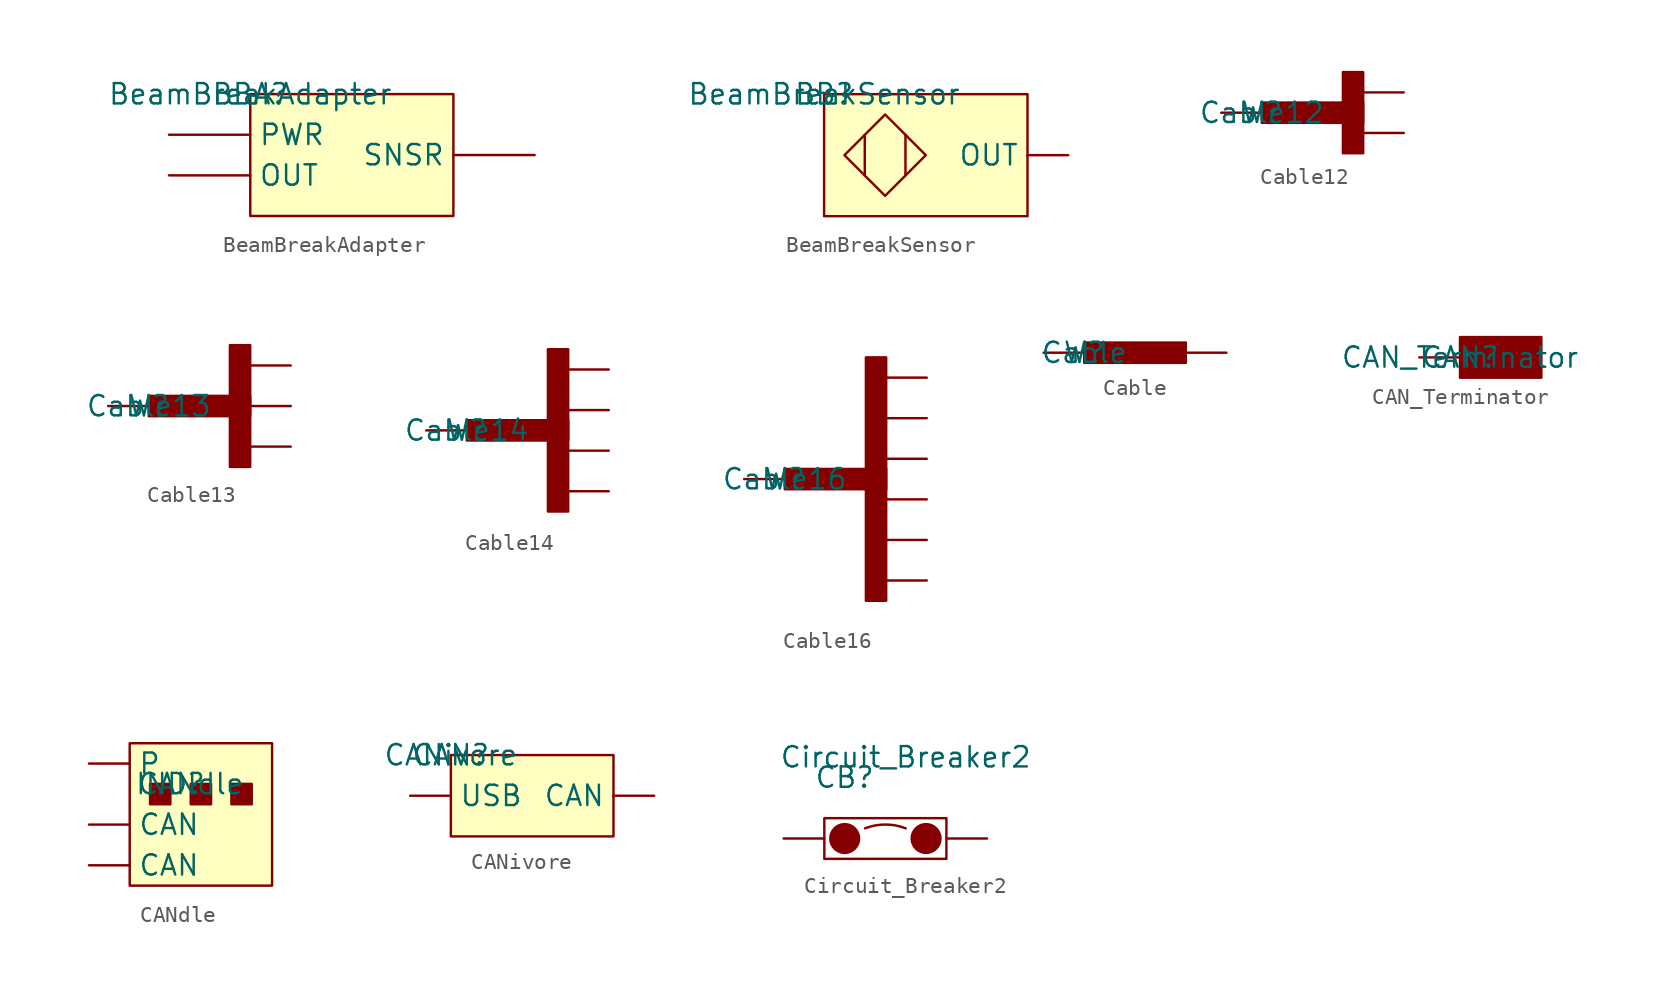
<source format=kicad_sym>
(kicad_symbol_lib
  (version 20220914)
  (generator kicad_symbol_editor)
  (symbol "BeamBreakAdapter"
    (property "Reference" "BBA"
      (at 0 0 0)
      (effects (font (size 1.27 1.27))))
    (property "Value" "BeamBreakAdapter"
      (at 0 0 0)
      (effects (font (size 1.27 1.27))))
    (symbol "BeamBreakAdapter_0_0"
      (pin unspecified line (at -5.08 -5.08 0) (length 5.08) (name "OUT" (effects (font (size 1.27 1.27)))) (number "" (effects (font (size 1.27 1.27)))))
      (pin unspecified line (at -5.08 -2.54 0) (length 5.08) (name "PWR" (effects (font (size 1.27 1.27)))) (number "" (effects (font (size 1.27 1.27)))))
      (pin unspecified line (at 17.78 -3.81 180) (length 5.08) (name "SNSR" (effects (font (size 1.27 1.27)))) (number "" (effects (font (size 1.27 1.27))))))
    (symbol "BeamBreakAdapter_0_1"
      (rectangle (start 0 0) (end 12.7 -7.62) (stroke (width 0) (type default)) (fill (type background)))))
  (symbol "BeamBreakSensor"
    (property "Reference" "BB"
      (at 0 0 0)
      (effects (font (size 1.27 1.27))))
    (property "Value" "BeamBreakSensor"
      (at 0 0 0)
      (effects (font (size 1.27 1.27))))
    (symbol "BeamBreakSensor_0_0"
      (pin unspecified line (at 15.24 -3.81 180) (length 2.54) (name "OUT" (effects (font (size 1.27 1.27)))) (number "" (effects (font (size 1.27 1.27))))))
    (symbol "BeamBreakSensor_0_1"
      (polyline (pts (xy 2.54 -2.54) (xy 2.54 -5.08)) (stroke (width 0) (type default)) (fill (type none)))
      (polyline (pts (xy 5.08 -2.54) (xy 5.08 -5.08)) (stroke (width 0) (type default)) (fill (type none)))
      (polyline (pts (xy 3.81 -1.27) (xy 1.27 -3.81) (xy 3.81 -6.35) (xy 6.35 -3.81) (xy 3.81 -1.27)) (stroke (width 0) (type default)) (fill (type none)))
      (rectangle (start 0 0) (end 12.7 -7.62) (stroke (width 0) (type default)) (fill (type background)))))
  (symbol "Cable12"
    (pin_numbers hide)
    (pin_names hide)
    (property "Reference" "W"
      (at 0 0 0)
      (effects (font (size 1.27 1.27))))
    (property "Value" "Cable12"
      (at 0 0 0)
      (effects (font (size 1.27 1.27))))
    (symbol "Cable12_0_1"
      (rectangle (start 0 0.635) (end 6.35 -0.635) (stroke (width 0) (type default)) (fill (type outline)))
      (rectangle (start 5.08 2.54) (end 6.35 -2.54) (stroke (width 0) (type default)) (fill (type outline))))
    (symbol "Cable12_1_1"
      (pin input line (at -2.54 0 0) (length 2.54) (name "1" (effects (font (size 1.27 1.27)))) (number "1" (effects (font (size 1.27 1.27)))))
      (pin input line (at 8.89 -1.27 180) (length 2.54) (name "1" (effects (font (size 1.27 1.27)))) (number "1" (effects (font (size 1.27 1.27)))))
      (pin input line (at 8.89 1.27 180) (length 2.54) (name "1" (effects (font (size 1.27 1.27)))) (number "1" (effects (font (size 1.27 1.27)))))))
  (symbol "Cable13"
    (pin_numbers hide)
    (pin_names hide)
    (property "Reference" "W"
      (at 0 0 0)
      (effects (font (size 1.27 1.27))))
    (property "Value" "Cable13"
      (at 0 0 0)
      (effects (font (size 1.27 1.27))))
    (symbol "Cable13_0_1"
      (rectangle (start 0 0.635) (end 6.35 -0.635) (stroke (width 0) (type default)) (fill (type outline)))
      (rectangle (start 5.08 3.81) (end 6.35 -3.81) (stroke (width 0) (type default)) (fill (type outline))))
    (symbol "Cable13_1_1"
      (pin input line (at -2.54 0 0) (length 2.54) (name "1" (effects (font (size 1.27 1.27)))) (number "1" (effects (font (size 1.27 1.27)))))
      (pin input line (at 8.89 -2.54 180) (length 2.54) (name "1" (effects (font (size 1.27 1.27)))) (number "1" (effects (font (size 1.27 1.27)))))
      (pin input line (at 8.89 0 180) (length 2.54) (name "1" (effects (font (size 1.27 1.27)))) (number "1" (effects (font (size 1.27 1.27)))))
      (pin input line (at 8.89 2.54 180) (length 2.54) (name "1" (effects (font (size 1.27 1.27)))) (number "1" (effects (font (size 1.27 1.27)))))))
  (symbol "Cable14"
    (pin_numbers hide)
    (pin_names hide)
    (property "Reference" "W"
      (at 0 0 0)
      (effects (font (size 1.27 1.27))))
    (property "Value" "Cable14"
      (at 0 0 0)
      (effects (font (size 1.27 1.27))))
    (symbol "Cable14_0_1"
      (rectangle (start 0 0.635) (end 6.35 -0.635) (stroke (width 0) (type default)) (fill (type outline)))
      (rectangle (start 5.08 5.08) (end 6.35 -5.08) (stroke (width 0) (type default)) (fill (type outline))))
    (symbol "Cable14_1_1"
      (pin input line (at -2.54 0 0) (length 2.54) (name "1" (effects (font (size 1.27 1.27)))) (number "1" (effects (font (size 1.27 1.27)))))
      (pin input line (at 8.89 -3.81 180) (length 2.54) (name "1" (effects (font (size 1.27 1.27)))) (number "1" (effects (font (size 1.27 1.27)))))
      (pin input line (at 8.89 -1.27 180) (length 2.54) (name "1" (effects (font (size 1.27 1.27)))) (number "1" (effects (font (size 1.27 1.27)))))
      (pin input line (at 8.89 1.27 180) (length 2.54) (name "1" (effects (font (size 1.27 1.27)))) (number "1" (effects (font (size 1.27 1.27)))))
      (pin input line (at 8.89 3.81 180) (length 2.54) (name "1" (effects (font (size 1.27 1.27)))) (number "1" (effects (font (size 1.27 1.27)))))))
  (symbol "Cable16"
    (pin_numbers hide)
    (pin_names hide)
    (property "Reference" "W"
      (at 0 0 0)
      (effects (font (size 1.27 1.27))))
    (property "Value" "Cable16"
      (at 0 0 0)
      (effects (font (size 1.27 1.27))))
    (symbol "Cable16_0_1"
      (rectangle (start 0 0.635) (end 6.35 -0.635) (stroke (width 0) (type default)) (fill (type outline)))
      (rectangle (start 5.08 7.62) (end 6.35 -7.62) (stroke (width 0) (type default)) (fill (type outline))))
    (symbol "Cable16_1_1"
      (pin input line (at -2.54 0 0) (length 2.54) (name "1" (effects (font (size 1.27 1.27)))) (number "1" (effects (font (size 1.27 1.27)))))
      (pin input line (at 8.89 -6.35 180) (length 2.54) (name "1" (effects (font (size 1.27 1.27)))) (number "1" (effects (font (size 1.27 1.27)))))
      (pin input line (at 8.89 -3.81 180) (length 2.54) (name "1" (effects (font (size 1.27 1.27)))) (number "1" (effects (font (size 1.27 1.27)))))
      (pin input line (at 8.89 -1.27 180) (length 2.54) (name "1" (effects (font (size 1.27 1.27)))) (number "1" (effects (font (size 1.27 1.27)))))
      (pin input line (at 8.89 1.27 180) (length 2.54) (name "1" (effects (font (size 1.27 1.27)))) (number "1" (effects (font (size 1.27 1.27)))))
      (pin input line (at 8.89 3.81 180) (length 2.54) (name "1" (effects (font (size 1.27 1.27)))) (number "1" (effects (font (size 1.27 1.27)))))
      (pin input line (at 8.89 6.35 180) (length 2.54) (name "1" (effects (font (size 1.27 1.27)))) (number "1" (effects (font (size 1.27 1.27)))))))
  (symbol "Cable"
    (pin_numbers hide)
    (pin_names hide)
    (property "Reference" "W"
      (at 0 0 0)
      (effects (font (size 1.27 1.27))))
    (property "Value" "Cable"
      (at 0 0 0)
      (effects (font (size 1.27 1.27))))
    (symbol "Cable_0_1"
      (rectangle (start 0 0.635) (end 6.35 -0.635) (stroke (width 0) (type default)) (fill (type outline))))
    (symbol "Cable_1_1"
      (pin input line (at -2.54 0 0) (length 2.54) (name "1" (effects (font (size 1.27 1.27)))) (number "1" (effects (font (size 1.27 1.27)))))
      (pin input line (at 8.89 0 180) (length 2.54) (name "1" (effects (font (size 1.27 1.27)))) (number "1" (effects (font (size 1.27 1.27)))))))
  (symbol "CAN_Terminator"
    (property "Reference" "CAN"
      (at 0 0 0)
      (effects (font (size 1.27 1.27))))
    (property "Value" "CAN_Terminator"
      (at 0 0 0)
      (effects (font (size 1.27 1.27))))
    (symbol "CAN_Terminator_0_1"
      (rectangle (start 0 1.27) (end 5.08 -1.27) (stroke (width 0) (type default)) (fill (type outline))))
    (symbol "CAN_Terminator_1_1"
      (pin input line (at -2.54 0 0) (length 2.54) (name "" (effects (font (size 1.27 1.27)))) (number "" (effects (font (size 1.27 1.27)))))))
  (symbol "CANdle"
    (property "Reference" "IND"
      (at 1.27 0 0)
      (effects (font (size 1.27 1.27))))
    (property "Value" "CANdle"
      (at 2.54 0 0)
      (effects (font (size 1.27 1.27))))
    (symbol "CANdle_0_1"
      (rectangle (start -1.27 2.54) (end 7.62 -6.35) (stroke (width 0) (type default)) (fill (type background)))
      (rectangle (start 0 0) (end 1.27 -1.27) (stroke (width 0) (type default)) (fill (type outline)))
      (rectangle (start 2.54 0) (end 3.81 -1.27) (stroke (width 0) (type default)) (fill (type outline)))
      (rectangle (start 5.08 0) (end 6.35 -1.27) (stroke (width 0) (type default)) (fill (type outline))))
    (symbol "CANdle_1_1"
      (pin input line (at -3.81 -5.08 0) (length 2.54) (name "CAN" (effects (font (size 1.27 1.27)))) (number "" (effects (font (size 1.27 1.27)))))
      (pin input line (at -3.81 -2.54 0) (length 2.54) (name "CAN" (effects (font (size 1.27 1.27)))) (number "" (effects (font (size 1.27 1.27)))))
      (pin input line (at -3.81 1.27 0) (length 2.54) (name "P" (effects (font (size 1.27 1.27)))) (number "" (effects (font (size 1.27 1.27)))))))
  (symbol "CANivore"
    (property "Reference" "CAN"
      (at 0 0 0)
      (effects (font (size 1.27 1.27))))
    (property "Value" "CANivore"
      (at 0 0 0)
      (effects (font (size 1.27 1.27))))
    (symbol "CANivore_0_1"
      (rectangle (start 0 0) (end 10.16 -5.08) (stroke (width 0) (type default)) (fill (type background))))
    (symbol "CANivore_1_1"
      (pin passive line (at 12.7 -2.54 180) (length 2.54) (name "CAN" (effects (font (size 1.27 1.27)))) (number "" (effects (font (size 1.27 1.27)))))
      (pin passive line (at -2.54 -2.54 0) (length 2.54) (name "USB" (effects (font (size 1.27 1.27)))) (number "" (effects (font (size 1.27 1.27)))))))
  (symbol "Circuit_Breaker2"
    (pin_numbers hide)
    (pin_names
      (offset 0) hide)
    (property "Reference" "CB"
      (at -3.81 3.81 0)
      (effects (font (size 1.27 1.27))))
    (property "Value" "Circuit_Breaker2"
      (at 0 5.08 0)
      (effects (font (size 1.27 1.27))))
    (symbol "Circuit_Breaker2_0_0"
      (pin unspecified line (at -7.62 0 0) (length 2.54) (name "CB" (effects (font (size 1.27 1.27)))) (number "CB" (effects (font (size 1.27 1.27)))))
      (pin unspecified line (at 5.08 0 180) (length 2.54) (name "CB" (effects (font (size 1.27 1.27)))) (number "CB" (effects (font (size 1.27 1.27))))))
    (symbol "Circuit_Breaker2_0_1"
      (rectangle (start -5.08 1.27) (end 2.54 -1.27) (stroke (width 0) (type default)) (fill (type none)))
      (circle (center -3.81 0) (radius 0.898) (stroke (width 0) (type default)) (fill (type outline)))
      (arc (start 0 0.6351) (mid -1.27 0.8728) (end -2.54 0.6351) (stroke (width 0) (type default)) (fill (type none)))
      (circle (center 1.27 0) (radius 0.898) (stroke (width 0) (type default)) (fill (type outline))))))
</source>
